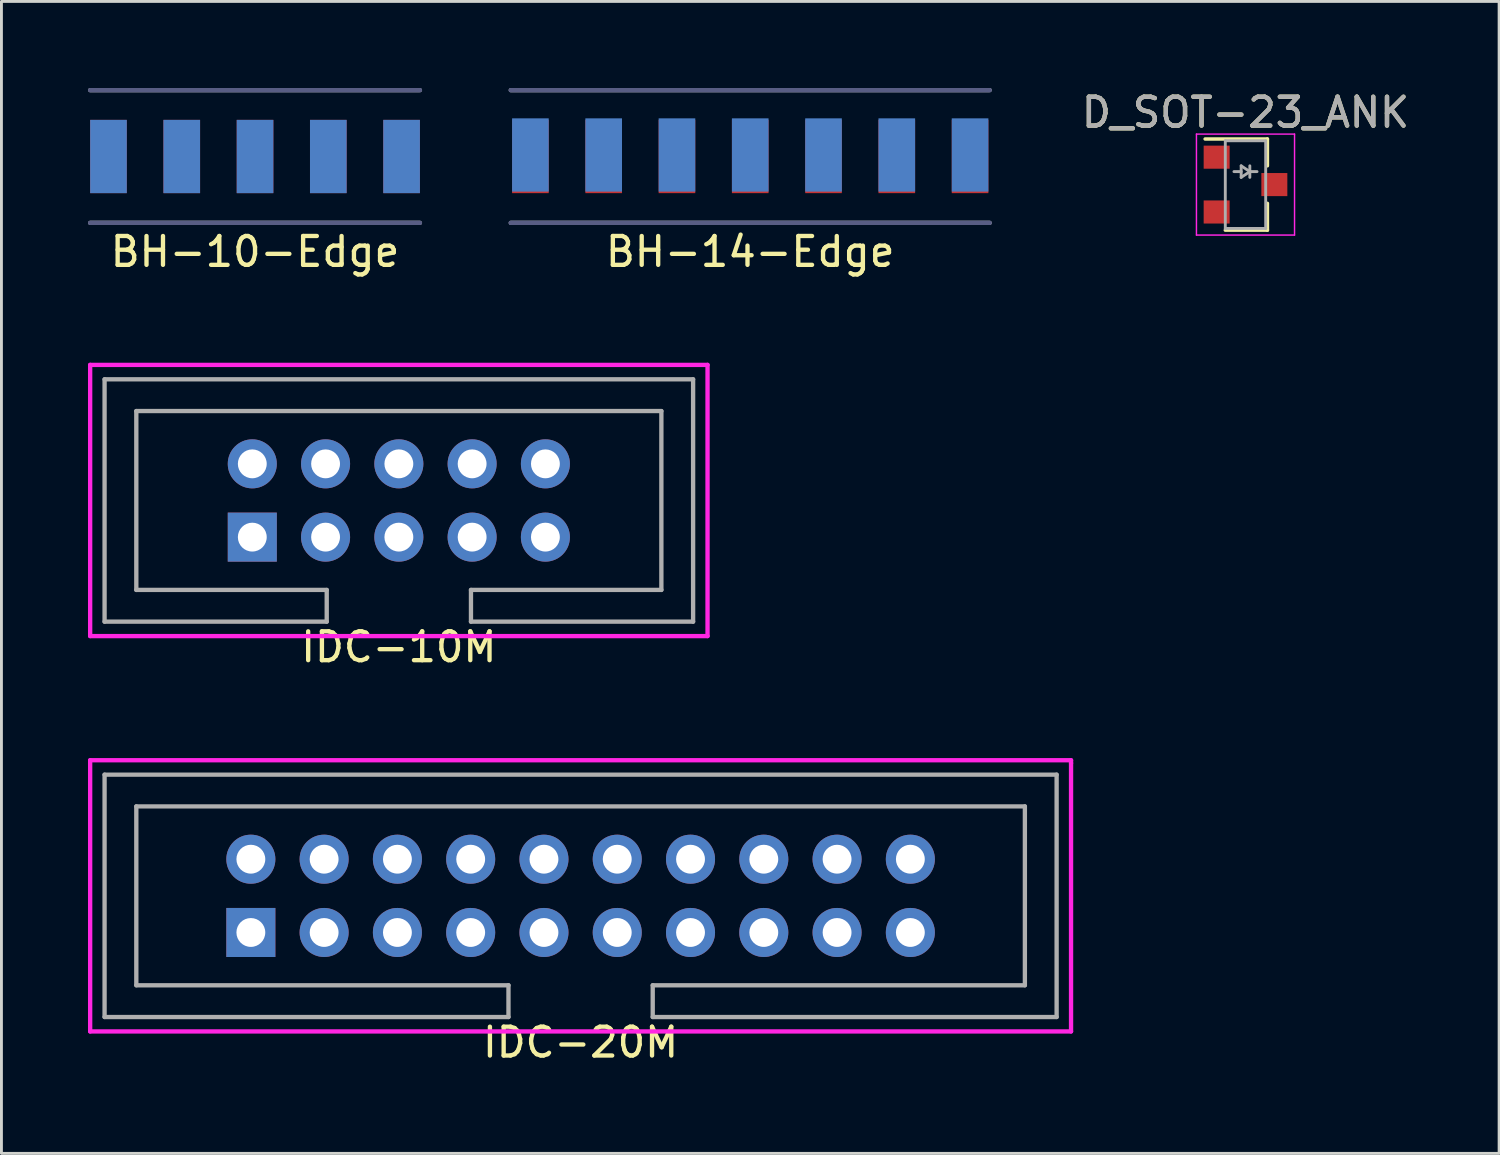
<source format=kicad_pcb>
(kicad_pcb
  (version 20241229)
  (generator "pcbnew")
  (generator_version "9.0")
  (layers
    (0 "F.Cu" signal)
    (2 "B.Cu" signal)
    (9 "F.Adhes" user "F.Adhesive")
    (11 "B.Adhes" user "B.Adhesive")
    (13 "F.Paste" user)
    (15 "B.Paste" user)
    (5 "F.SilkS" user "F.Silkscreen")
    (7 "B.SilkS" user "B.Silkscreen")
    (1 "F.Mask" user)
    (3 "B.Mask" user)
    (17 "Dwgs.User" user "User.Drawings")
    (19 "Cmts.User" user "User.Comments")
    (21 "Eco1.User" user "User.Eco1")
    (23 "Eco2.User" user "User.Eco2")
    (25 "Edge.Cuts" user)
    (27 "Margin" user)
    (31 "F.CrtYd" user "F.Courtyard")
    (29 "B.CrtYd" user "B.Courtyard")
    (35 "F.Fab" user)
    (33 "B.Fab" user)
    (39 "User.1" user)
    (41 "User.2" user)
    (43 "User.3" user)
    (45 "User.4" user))
  (footprint "D_SOT-23_ANK"
    (layer "F.Cu")
    (at 40.122 3.348)
    (property "Reference" "D_SOT-23_ANK" (at 0 -2.5 0) (layer "F.SilkS") (effects (font (size 1 1) (thickness 0.15))))
    (attr smd)
    (fp_line (start 0.76 -1.58) (end -1.4 -1.58) (stroke (width 0.12) (type solid)) (layer "F.SilkS"))
    (fp_line (start 0.76 -1.58) (end 0.76 -0.65) (stroke (width 0.12) (type solid)) (layer "F.SilkS"))
    (fp_line (start 0.76 1.58) (end -0.7 1.58) (stroke (width 0.12) (type solid)) (layer "F.SilkS"))
    (fp_line (start 0.76 1.58) (end 0.76 0.65) (stroke (width 0.12) (type solid)) (layer "F.SilkS"))
    (fp_line (start -1.7 -1.75) (end 1.7 -1.75) (stroke (width 0.05) (type solid)) (layer "F.CrtYd"))
    (fp_line (start -1.7 1.75) (end -1.7 -1.75) (stroke (width 0.05) (type solid)) (layer "F.CrtYd"))
    (fp_line (start 1.7 -1.75) (end 1.7 1.75) (stroke (width 0.05) (type solid)) (layer "F.CrtYd"))
    (fp_line (start 1.7 1.75) (end -1.7 1.75) (stroke (width 0.05) (type solid)) (layer "F.CrtYd"))
    (fp_line (start -0.7 -1.52) (end -0.7 1.52) (stroke (width 0.1) (type solid)) (layer "F.Fab"))
    (fp_line (start -0.7 -1.52) (end 0.7 -1.52) (stroke (width 0.1) (type solid)) (layer "F.Fab"))
    (fp_line (start -0.7 1.52) (end 0.7 1.52) (stroke (width 0.1) (type solid)) (layer "F.Fab"))
    (fp_line (start -0.15 -0.65) (end -0.15 -0.25) (stroke (width 0.1) (type solid)) (layer "F.Fab"))
    (fp_line (start -0.15 -0.45) (end -0.4 -0.45) (stroke (width 0.1) (type solid)) (layer "F.Fab"))
    (fp_line (start -0.15 -0.25) (end 0.15 -0.45) (stroke (width 0.1) (type solid)) (layer "F.Fab"))
    (fp_line (start 0.15 -0.65) (end 0.15 -0.25) (stroke (width 0.1) (type solid)) (layer "F.Fab"))
    (fp_line (start 0.15 -0.45) (end -0.15 -0.65) (stroke (width 0.1) (type solid)) (layer "F.Fab"))
    (fp_line (start 0.15 -0.45) (end 0.4 -0.45) (stroke (width 0.1) (type solid)) (layer "F.Fab"))
    (fp_line (start 0.7 -1.52) (end 0.7 1.52) (stroke (width 0.1) (type solid)) (layer "F.Fab"))
    (fp_text user "${REFERENCE}" (at 0 -2.5 0) (layer "F.Fab") (effects (font (size 1 1) (thickness 0.15))))
    (pad "1" smd rect (at -1 -0.95) (size 0.9 0.8) (layers "F.Cu" "F.Mask" "F.Paste"))
    (pad "2" smd rect (at -1 0.95) (size 0.9 0.8) (layers "F.Cu" "F.Mask" "F.Paste"))
    (pad "3" smd rect (at 1 0) (size 0.9 0.8) (layers "F.Cu" "F.Mask" "F.Paste")))
  (footprint "BH-10-Edge"
    (layer "F.Cu")
    (at 5.79 2.375)
    (property "Reference" "BH-10-Edge" (at 0 3.3 0) (layer "F.SilkS") (effects (font (size 1 1) (thickness 0.15))))
    (attr through_hole)
    (fp_line (start -5.715 -2.3) (end 5.715 -2.3) (stroke (width 0.15) (type solid)) (layer "B.Fab"))
    (fp_line (start 5.715 2.3) (end -5.715 2.3) (stroke (width 0.15) (type solid)) (layer "B.Fab"))
    (fp_line (start -5.715 -2.3) (end 5.715 -2.3) (stroke (width 0.15) (type solid)) (layer "F.Fab"))
    (fp_line (start -5.715 2.3) (end 5.715 2.3) (stroke (width 0.15) (type solid)) (layer "F.Fab"))
    (pad "1" smd rect (at -5.08 0) (size 1.27 2.54) (layers "F.Cu" "F.Mask" "F.Paste"))
    (pad "2" smd rect (at -5.08 0) (size 1.27 2.54) (layers "B.Cu" "B.Mask" "B.Paste"))
    (pad "3" smd rect (at -2.54 0) (size 1.27 2.54) (layers "F.Cu" "F.Mask" "F.Paste"))
    (pad "4" smd rect (at -2.54 0) (size 1.27 2.54) (layers "B.Cu" "B.Mask" "B.Paste"))
    (pad "5" smd rect (at 0 0) (size 1.27 2.54) (layers "F.Cu" "F.Mask" "F.Paste"))
    (pad "6" smd rect (at 0 0) (size 1.27 2.54) (layers "B.Cu" "B.Mask" "B.Paste"))
    (pad "7" smd rect (at 2.54 0) (size 1.27 2.54) (layers "F.Cu" "F.Mask" "F.Paste"))
    (pad "8" smd rect (at 2.54 0) (size 1.27 2.54) (layers "B.Cu" "B.Mask" "B.Paste"))
    (pad "9" smd rect (at 5.08 0) (size 1.27 2.54) (layers "F.Cu" "F.Mask" "F.Paste"))
    (pad "10" smd rect (at 5.08 0) (size 1.27 2.54) (layers "B.Cu" "B.Mask" "B.Paste")))
  (footprint "BH-14-Edge"
    (layer "F.Cu")
    (at 22.955 2.375)
    (property "Reference" "BH-14-Edge" (at 0 3.3 0) (layer "F.SilkS") (effects (font (size 1 1) (thickness 0.15))))
    (attr through_hole)
    (fp_line (start -8.3 -2.3) (end 8.3 -2.3) (stroke (width 0.15) (type solid)) (layer "B.Fab"))
    (fp_line (start 8.3 2.3) (end -8.3 2.3) (stroke (width 0.15) (type solid)) (layer "B.Fab"))
    (fp_line (start -8.3 -2.3) (end 8.3 -2.3) (stroke (width 0.15) (type solid)) (layer "F.Fab"))
    (fp_line (start -8.3 2.3) (end 8.3 2.3) (stroke (width 0.15) (type solid)) (layer "F.Fab"))
    (pad "1" smd rect (at -7.62 0) (size 1.27 2.54) (layers "F.Cu" "F.Mask" "F.Paste"))
    (pad "2" smd rect (at -7.62 -0.053) (size 1.27 2.54) (layers "B.Cu" "B.Mask" "B.Paste"))
    (pad "3" smd rect (at -5.08 0) (size 1.27 2.54) (layers "F.Cu" "F.Mask" "F.Paste"))
    (pad "4" smd rect (at -5.08 -0.053) (size 1.27 2.54) (layers "B.Cu" "B.Mask" "B.Paste"))
    (pad "5" smd rect (at -2.54 0) (size 1.27 2.54) (layers "F.Cu" "F.Mask" "F.Paste"))
    (pad "6" smd rect (at -2.54 -0.053) (size 1.27 2.54) (layers "B.Cu" "B.Mask" "B.Paste"))
    (pad "7" smd rect (at 0 0) (size 1.27 2.54) (layers "F.Cu" "F.Mask" "F.Paste"))
    (pad "8" smd rect (at 0 -0.053) (size 1.27 2.54) (layers "B.Cu" "B.Mask" "B.Paste"))
    (pad "9" smd rect (at 2.54 0) (size 1.27 2.54) (layers "F.Cu" "F.Mask" "F.Paste"))
    (pad "10" smd rect (at 2.54 -0.053) (size 1.27 2.54) (layers "B.Cu" "B.Mask" "B.Paste"))
    (pad "11" smd rect (at 5.08 0) (size 1.27 2.54) (layers "F.Cu" "F.Mask" "F.Paste"))
    (pad "12" smd rect (at 5.08 -0.053) (size 1.27 2.54) (layers "B.Cu" "B.Mask" "B.Paste"))
    (pad "13" smd rect (at 7.62 0) (size 1.27 2.54) (layers "F.Cu" "F.Mask" "F.Paste"))
    (pad "14" smd rect (at 7.62 -0.053) (size 1.27 2.54) (layers "B.Cu" "B.Mask" "B.Paste")))
  (footprint "IDC-20M"
    (layer "F.Cu")
    (at 17.075 28.002)
    (property "Reference" "IDC-20M" (at 0 5.08 0) (layer "F.SilkS") (effects (font (size 1 1) (thickness 0.15))))
    (attr through_hole)
    (fp_line (start -17 -4.7) (end -17 4.7) (stroke (width 0.15) (type solid)) (layer "F.CrtYd"))
    (fp_line (start -17 4.7) (end 17 4.7) (stroke (width 0.15) (type solid)) (layer "F.CrtYd"))
    (fp_line (start 17 -4.7) (end -17 -4.7) (stroke (width 0.15) (type solid)) (layer "F.CrtYd"))
    (fp_line (start 17 -4.6) (end 17 -4.7) (stroke (width 0.15) (type solid)) (layer "F.CrtYd"))
    (fp_line (start 17 4.7) (end 17 -4.6) (stroke (width 0.15) (type solid)) (layer "F.CrtYd"))
    (fp_line (start -16.5 -4.2) (end 16.5 -4.2) (stroke (width 0.15) (type solid)) (layer "F.Fab"))
    (fp_line (start -16.5 4.2) (end -16.5 -4.2) (stroke (width 0.15) (type solid)) (layer "F.Fab"))
    (fp_line (start -15.4 -3.1) (end -15.4 3.1) (stroke (width 0.15) (type solid)) (layer "F.Fab"))
    (fp_line (start -15.4 3.1) (end -2.5 3.1) (stroke (width 0.15) (type solid)) (layer "F.Fab"))
    (fp_line (start -2.5 3.1) (end -2.5 4.2) (stroke (width 0.15) (type solid)) (layer "F.Fab"))
    (fp_line (start -2.5 4.2) (end -16.5 4.2) (stroke (width 0.15) (type solid)) (layer "F.Fab"))
    (fp_line (start 2.5 3.1) (end 15.4 3.1) (stroke (width 0.15) (type solid)) (layer "F.Fab"))
    (fp_line (start 2.5 4.2) (end 2.5 3.1) (stroke (width 0.15) (type solid)) (layer "F.Fab"))
    (fp_line (start 15.4 -3.1) (end -15.4 -3.1) (stroke (width 0.15) (type solid)) (layer "F.Fab"))
    (fp_line (start 15.4 3.1) (end 15.4 -3.1) (stroke (width 0.15) (type solid)) (layer "F.Fab"))
    (fp_line (start 16.5 -4.2) (end 16.5 4.2) (stroke (width 0.15) (type solid)) (layer "F.Fab"))
    (fp_line (start 16.5 4.2) (end 2.5 4.2) (stroke (width 0.15) (type solid)) (layer "F.Fab"))
    (pad "1" thru_hole rect (at -11.43 1.27) (size 1.7 1.7) (drill 1) (layers "*.Cu" "*.Mask"))
    (pad "2" thru_hole circle (at -11.43 -1.27) (size 1.7 1.7) (drill 1) (layers "*.Cu" "*.Mask"))
    (pad "3" thru_hole circle (at -8.89 1.27) (size 1.7 1.7) (drill 1) (layers "*.Cu" "*.Mask"))
    (pad "4" thru_hole circle (at -8.89 -1.27) (size 1.7 1.7) (drill 1) (layers "*.Cu" "*.Mask"))
    (pad "5" thru_hole circle (at -6.35 1.27) (size 1.7 1.7) (drill 1) (layers "*.Cu" "*.Mask"))
    (pad "6" thru_hole circle (at -6.35 -1.27) (size 1.7 1.7) (drill 1) (layers "*.Cu" "*.Mask"))
    (pad "7" thru_hole circle (at -3.81 1.27) (size 1.7 1.7) (drill 1) (layers "*.Cu" "*.Mask"))
    (pad "8" thru_hole circle (at -3.81 -1.27) (size 1.7 1.7) (drill 1) (layers "*.Cu" "*.Mask"))
    (pad "9" thru_hole circle (at -1.27 1.27) (size 1.7 1.7) (drill 1) (layers "*.Cu" "*.Mask"))
    (pad "10" thru_hole circle (at -1.27 -1.27) (size 1.7 1.7) (drill 1) (layers "*.Cu" "*.Mask"))
    (pad "11" thru_hole circle (at 1.27 1.27) (size 1.7 1.7) (drill 1) (layers "*.Cu" "*.Mask"))
    (pad "12" thru_hole circle (at 1.27 -1.27) (size 1.7 1.7) (drill 1) (layers "*.Cu" "*.Mask"))
    (pad "13" thru_hole circle (at 3.81 1.27) (size 1.7 1.7) (drill 1) (layers "*.Cu" "*.Mask"))
    (pad "14" thru_hole circle (at 3.81 -1.27) (size 1.7 1.7) (drill 1) (layers "*.Cu" "*.Mask"))
    (pad "15" thru_hole circle (at 6.35 1.27) (size 1.7 1.7) (drill 1) (layers "*.Cu" "*.Mask"))
    (pad "16" thru_hole circle (at 6.35 -1.27) (size 1.7 1.7) (drill 1) (layers "*.Cu" "*.Mask"))
    (pad "17" thru_hole circle (at 8.89 1.27) (size 1.7 1.7) (drill 1) (layers "*.Cu" "*.Mask"))
    (pad "18" thru_hole circle (at 8.89 -1.27) (size 1.7 1.7) (drill 1) (layers "*.Cu" "*.Mask"))
    (pad "19" thru_hole circle (at 11.43 1.27) (size 1.7 1.7) (drill 1) (layers "*.Cu" "*.Mask"))
    (pad "20" thru_hole circle (at 11.43 -1.27) (size 1.7 1.7) (drill 1) (layers "*.Cu" "*.Mask")))
  (footprint "IDC-10M"
    (layer "F.Cu")
    (at 10.775 14.298)
    (property "Reference" "IDC-10M" (at 0 5.08 0) (layer "F.SilkS") (effects (font (size 1 1) (thickness 0.15))))
    (attr through_hole)
    (fp_line (start -10.7 -4.7) (end 10.7 -4.7) (stroke (width 0.15) (type solid)) (layer "F.CrtYd"))
    (fp_line (start -10.7 4.7) (end -10.7 -4.7) (stroke (width 0.15) (type solid)) (layer "F.CrtYd"))
    (fp_line (start 10.7 4.7) (end -10.7 4.7) (stroke (width 0.15) (type solid)) (layer "F.CrtYd"))
    (fp_line (start 10.7 4.7) (end 10.7 -4.7) (stroke (width 0.15) (type solid)) (layer "F.CrtYd"))
    (fp_line (start -10.2 -4.2) (end -10.2 4.2) (stroke (width 0.15) (type solid)) (layer "F.Fab"))
    (fp_line (start -10.2 -4.2) (end 10.2 -4.2) (stroke (width 0.15) (type solid)) (layer "F.Fab"))
    (fp_line (start -10.2 4.2) (end -2.5 4.2) (stroke (width 0.15) (type solid)) (layer "F.Fab"))
    (fp_line (start -9.1 -3.1) (end 9.1 -3.1) (stroke (width 0.15) (type solid)) (layer "F.Fab"))
    (fp_line (start -9.1 3.1) (end -9.1 -3.1) (stroke (width 0.15) (type solid)) (layer "F.Fab"))
    (fp_line (start -9.1 3.1) (end -2.5 3.1) (stroke (width 0.15) (type solid)) (layer "F.Fab"))
    (fp_line (start -2.5 3.1) (end -2.5 4.2) (stroke (width 0.15) (type solid)) (layer "F.Fab"))
    (fp_line (start 2.5 4.2) (end 2.5 3.1) (stroke (width 0.15) (type solid)) (layer "F.Fab"))
    (fp_line (start 9.1 3.1) (end 2.5 3.1) (stroke (width 0.15) (type solid)) (layer "F.Fab"))
    (fp_line (start 9.1 3.1) (end 9.1 -3.1) (stroke (width 0.15) (type solid)) (layer "F.Fab"))
    (fp_line (start 10.2 4.2) (end 2.5 4.2) (stroke (width 0.15) (type solid)) (layer "F.Fab"))
    (fp_line (start 10.2 4.2) (end 10.2 -4.2) (stroke (width 0.15) (type solid)) (layer "F.Fab"))
    (pad "1" thru_hole rect (at -5.08 1.27) (size 1.7 1.7) (drill 1) (layers "*.Cu" "*.Mask"))
    (pad "2" thru_hole circle (at -5.08 -1.27) (size 1.7 1.7) (drill 1) (layers "*.Cu" "*.Mask"))
    (pad "3" thru_hole circle (at -2.54 1.27) (size 1.7 1.7) (drill 1) (layers "*.Cu" "*.Mask"))
    (pad "4" thru_hole circle (at -2.54 -1.27) (size 1.7 1.7) (drill 1) (layers "*.Cu" "*.Mask"))
    (pad "5" thru_hole circle (at 0 1.27) (size 1.7 1.7) (drill 1) (layers "*.Cu" "*.Mask"))
    (pad "6" thru_hole circle (at 0 -1.27) (size 1.7 1.7) (drill 1) (layers "*.Cu" "*.Mask"))
    (pad "7" thru_hole circle (at 2.54 1.27) (size 1.7 1.7) (drill 1) (layers "*.Cu" "*.Mask"))
    (pad "8" thru_hole circle (at 2.54 -1.27) (size 1.7 1.7) (drill 1) (layers "*.Cu" "*.Mask"))
    (pad "9" thru_hole circle (at 5.08 1.27) (size 1.7 1.7) (drill 1) (layers "*.Cu" "*.Mask"))
    (pad "10" thru_hole circle (at 5.08 -1.27) (size 1.7 1.7) (drill 1) (layers "*.Cu" "*.Mask")))
  (gr_rect
    (start -3 -3)
    (end 48.913 36.93)
    (stroke (width 0.1) (type default))
    (fill no)
    (layer "Edge.Cuts")))
</source>
